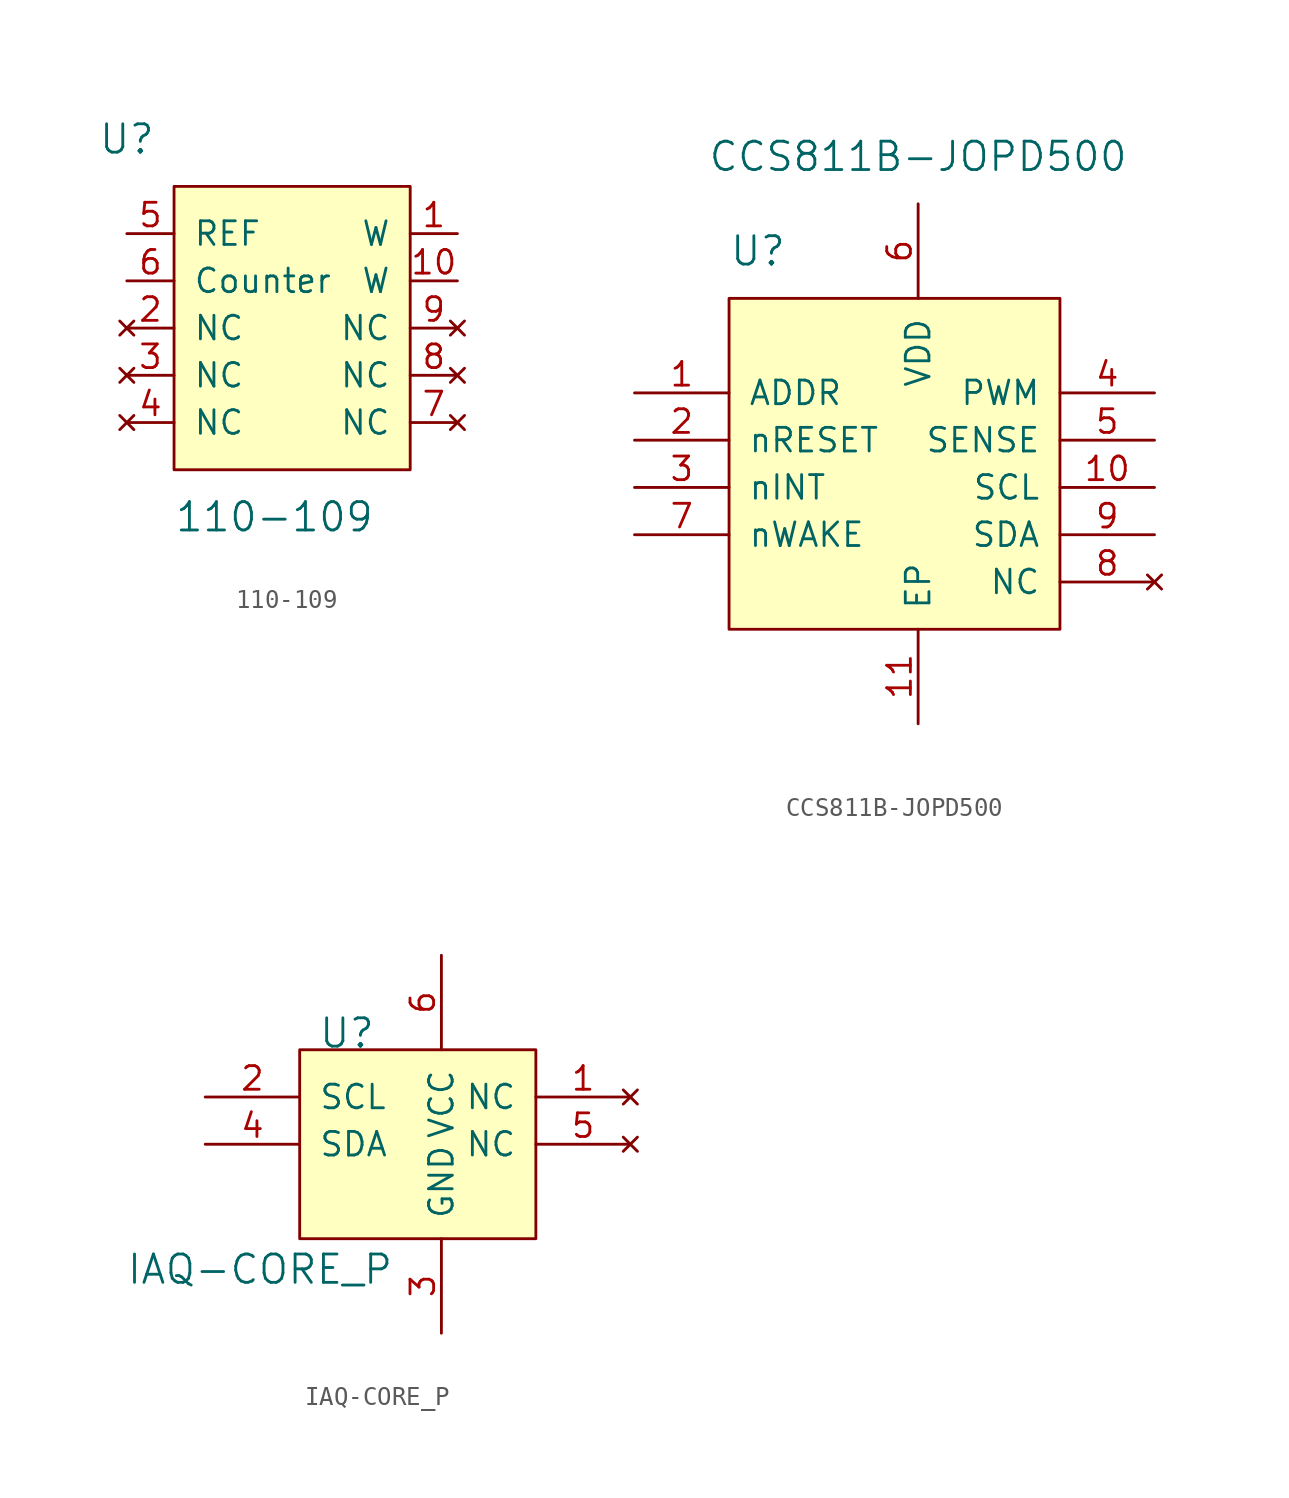
<source format=kicad_sym>
(kicad_symbol_lib
  (version 20201005)
  (generator kicad_symbol_editor)
  (symbol "110-109"
    (pin_names
      (offset 1.016))
    (property "Reference" "U"
      (at -12.7 12.7 0)
      (effects (font (size 1.524 1.524))))
    (property "Value" "110-109"
      (at -10.16 -7.62 0)
      (effects (font (size 1.524 1.524)) (justify left)))
    (symbol "110-109_0_1"
      (rectangle (start -10.16 10.16) (end 2.54 -5.08) (stroke (width 0)) (fill (type background))))
    (symbol "110-109_1_1"
      (pin output line (at 5.08 7.62 180) (length 2.54) (name "W" (effects (font (size 1.27 1.27)))) (number "1" (effects (font (size 1.27 1.27)))))
      (pin no_connect line (at -12.7 2.54 0) (length 2.54) (name "NC" (effects (font (size 1.27 1.27)))) (number "2" (effects (font (size 1.27 1.27)))))
      (pin no_connect line (at -12.7 0 0) (length 2.54) (name "NC" (effects (font (size 1.27 1.27)))) (number "3" (effects (font (size 1.27 1.27)))))
      (pin no_connect line (at -12.7 -2.54 0) (length 2.54) (name "NC" (effects (font (size 1.27 1.27)))) (number "4" (effects (font (size 1.27 1.27)))))
      (pin passive line (at -12.7 7.62 0) (length 2.54) (name "REF" (effects (font (size 1.27 1.27)))) (number "5" (effects (font (size 1.27 1.27)))))
      (pin input line (at -12.7 5.08 0) (length 2.54) (name "Counter" (effects (font (size 1.27 1.27)))) (number "6" (effects (font (size 1.27 1.27)))))
      (pin no_connect line (at 5.08 -2.54 180) (length 2.54) (name "NC" (effects (font (size 1.27 1.27)))) (number "7" (effects (font (size 1.27 1.27)))))
      (pin no_connect line (at 5.08 0 180) (length 2.54) (name "NC" (effects (font (size 1.27 1.27)))) (number "8" (effects (font (size 1.27 1.27)))))
      (pin no_connect line (at 5.08 2.54 180) (length 2.54) (name "NC" (effects (font (size 1.27 1.27)))) (number "9" (effects (font (size 1.27 1.27)))))
      (pin output line (at 5.08 5.08 180) (length 2.54) (name "W" (effects (font (size 1.27 1.27)))) (number "10" (effects (font (size 1.27 1.27)))))))
  (symbol "CCS811B-JOPD500"
    (pin_names
      (offset 1.016))
    (property "Reference" "U"
      (at -7.62 12.7 0)
      (effects (font (size 1.524 1.524)) (justify left)))
    (property "Value" "CCS811B-JOPD500"
      (at 2.54 17.78 0)
      (effects (font (size 1.524 1.524))))
    (symbol "CCS811B-JOPD500_0_1"
      (rectangle (start -7.62 10.16) (end 10.16 -7.62) (stroke (width 0)) (fill (type background))))
    (symbol "CCS811B-JOPD500_1_1"
      (pin input line (at -12.7 5.08 0) (length 5.08) (name "ADDR" (effects (font (size 1.27 1.27)))) (number "1" (effects (font (size 1.27 1.27)))))
      (pin input line (at -12.7 2.54 0) (length 5.08) (name "nRESET" (effects (font (size 1.27 1.27)))) (number "2" (effects (font (size 1.27 1.27)))))
      (pin output line (at -12.7 0 0) (length 5.08) (name "nINT" (effects (font (size 1.27 1.27)))) (number "3" (effects (font (size 1.27 1.27)))))
      (pin output line (at 15.24 5.08 180) (length 5.08) (name "PWM" (effects (font (size 1.27 1.27)))) (number "4" (effects (font (size 1.27 1.27)))))
      (pin output line (at 15.24 2.54 180) (length 5.08) (name "SENSE" (effects (font (size 1.27 1.27)))) (number "5" (effects (font (size 1.27 1.27)))))
      (pin power_in line (at 2.54 15.24 270) (length 5.08) (name "VDD" (effects (font (size 1.27 1.27)))) (number "6" (effects (font (size 1.27 1.27)))))
      (pin input line (at -12.7 -2.54 0) (length 5.08) (name "nWAKE" (effects (font (size 1.27 1.27)))) (number "7" (effects (font (size 1.27 1.27)))))
      (pin no_connect line (at 15.24 -5.08 180) (length 5.08) (name "NC" (effects (font (size 1.27 1.27)))) (number "8" (effects (font (size 1.27 1.27)))))
      (pin bidirectional line (at 15.24 -2.54 180) (length 5.08) (name "SDA" (effects (font (size 1.27 1.27)))) (number "9" (effects (font (size 1.27 1.27)))))
      (pin input line (at 15.24 0 180) (length 5.08) (name "SCL" (effects (font (size 1.27 1.27)))) (number "10" (effects (font (size 1.27 1.27)))))
      (pin input line (at 2.54 -12.7 90) (length 5.08) (name "EP" (effects (font (size 1.27 1.27)))) (number "11" (effects (font (size 1.27 1.27)))))))
  (symbol "IAQ-CORE_P"
    (pin_names
      (offset 1.016))
    (property "Reference" "U"
      (at -5.08 5.08 0)
      (effects (font (size 1.524 1.524)) (justify bottom)))
    (property "Value" "IAQ-CORE_P"
      (at -2.54 -7.62 0)
      (effects (font (size 1.524 1.524)) (justify right bottom)))
    (symbol "IAQ-CORE_P_0_1"
      (rectangle (start -7.62 5.08) (end 5.08 -5.08) (stroke (width 0)) (fill (type background))))
    (symbol "IAQ-CORE_P_1_1"
      (pin no_connect line (at 10.16 2.54 180) (length 5.08) (name "NC" (effects (font (size 1.27 1.27)))) (number "1" (effects (font (size 1.27 1.27)))))
      (pin input line (at -12.7 2.54 0) (length 5.08) (name "SCL" (effects (font (size 1.27 1.27)))) (number "2" (effects (font (size 1.27 1.27)))))
      (pin power_in line (at 0 -10.16 90) (length 5.08) (name "GND" (effects (font (size 1.27 1.27)))) (number "3" (effects (font (size 1.27 1.27)))))
      (pin bidirectional line (at -12.7 0 0) (length 5.08) (name "SDA" (effects (font (size 1.27 1.27)))) (number "4" (effects (font (size 1.27 1.27)))))
      (pin no_connect line (at 10.16 0 180) (length 5.08) (name "NC" (effects (font (size 1.27 1.27)))) (number "5" (effects (font (size 1.27 1.27)))))
      (pin power_in line (at 0 10.16 270) (length 5.08) (name "VCC" (effects (font (size 1.27 1.27)))) (number "6" (effects (font (size 1.27 1.27))))))))
</source>
